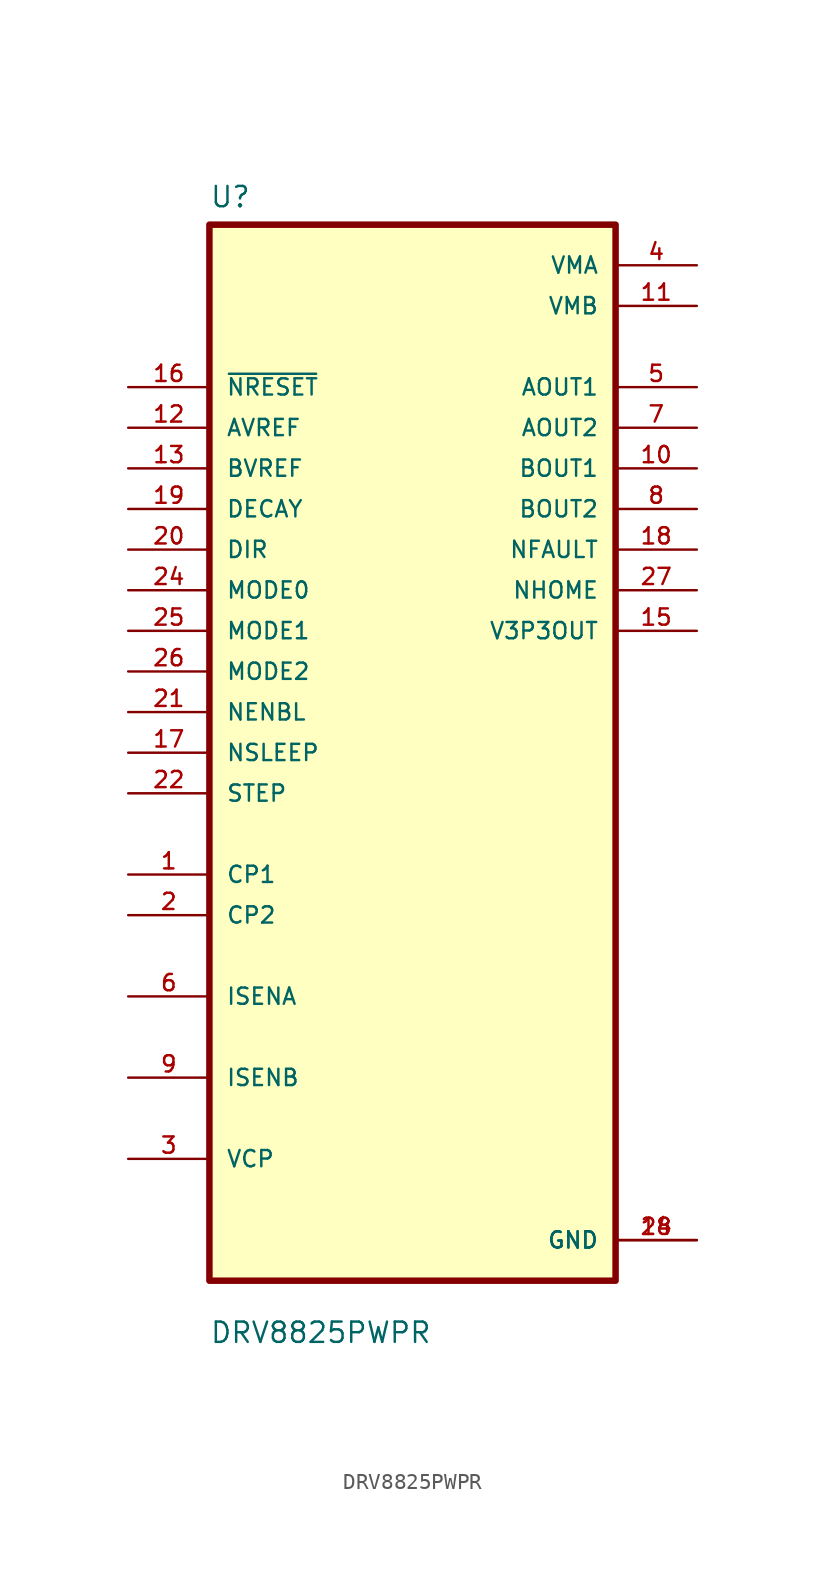
<source format=kicad_sym>
(kicad_symbol_lib
  (version 20211014)
  (generator kicad_symbol_editor)
  (symbol "DRV8825PWPR"
    (pin_names
      (offset 1.016))
    (property "Reference" "U"
      (at -12.7 34.011 0)
      (effects (font (size 1.27 1.27)) (justify left bottom)))
    (property "Value" "DRV8825PWPR"
      (at -12.7 -37.008 0)
      (effects (font (size 1.27 1.27)) (justify left bottom)))
    (property "ki_locked" ""
      (at 0 0 0)
      (effects (font (size 1.27 1.27))))
    (symbol "DRV8825PWPR_0_0"
      (rectangle (start -12.7 -33.02) (end 12.7 33.02) (stroke (width 0.406) (type default) (color 0 0 0 0)) (fill (type background)))
      (pin bidirectional line (at -17.78 -7.62 0) (length 5.08) (name "CP1" (effects (font (size 1.016 1.016)))) (number "1" (effects (font (size 1.016 1.016)))))
      (pin output line (at 17.78 17.78 180) (length 5.08) (name "BOUT1" (effects (font (size 1.016 1.016)))) (number "10" (effects (font (size 1.016 1.016)))))
      (pin power_in line (at 17.78 27.94 180) (length 5.08) (name "VMB" (effects (font (size 1.016 1.016)))) (number "11" (effects (font (size 1.016 1.016)))))
      (pin input line (at -17.78 20.32 0) (length 5.08) (name "AVREF" (effects (font (size 1.016 1.016)))) (number "12" (effects (font (size 1.016 1.016)))))
      (pin input line (at -17.78 17.78 0) (length 5.08) (name "BVREF" (effects (font (size 1.016 1.016)))) (number "13" (effects (font (size 1.016 1.016)))))
      (pin power_in line (at 17.78 -30.48 180) (length 5.08) (name "GND" (effects (font (size 1.016 1.016)))) (number "14" (effects (font (size 1.016 1.016)))))
      (pin output line (at 17.78 7.62 180) (length 5.08) (name "V3P3OUT" (effects (font (size 1.016 1.016)))) (number "15" (effects (font (size 1.016 1.016)))))
      (pin input line (at -17.78 22.86 0) (length 5.08) (name "~{NRESET}" (effects (font (size 1.016 1.016)))) (number "16" (effects (font (size 1.016 1.016)))))
      (pin input line (at -17.78 0 0) (length 5.08) (name "NSLEEP" (effects (font (size 1.016 1.016)))) (number "17" (effects (font (size 1.016 1.016)))))
      (pin output line (at 17.78 12.7 180) (length 5.08) (name "NFAULT" (effects (font (size 1.016 1.016)))) (number "18" (effects (font (size 1.016 1.016)))))
      (pin input line (at -17.78 15.24 0) (length 5.08) (name "DECAY" (effects (font (size 1.016 1.016)))) (number "19" (effects (font (size 1.016 1.016)))))
      (pin bidirectional line (at -17.78 -10.16 0) (length 5.08) (name "CP2" (effects (font (size 1.016 1.016)))) (number "2" (effects (font (size 1.016 1.016)))))
      (pin input line (at -17.78 12.7 0) (length 5.08) (name "DIR" (effects (font (size 1.016 1.016)))) (number "20" (effects (font (size 1.016 1.016)))))
      (pin input line (at -17.78 2.54 0) (length 5.08) (name "NENBL" (effects (font (size 1.016 1.016)))) (number "21" (effects (font (size 1.016 1.016)))))
      (pin input line (at -17.78 -2.54 0) (length 5.08) (name "STEP" (effects (font (size 1.016 1.016)))) (number "22" (effects (font (size 1.016 1.016)))))
      (pin input line (at -17.78 10.16 0) (length 5.08) (name "MODE0" (effects (font (size 1.016 1.016)))) (number "24" (effects (font (size 1.016 1.016)))))
      (pin input line (at -17.78 7.62 0) (length 5.08) (name "MODE1" (effects (font (size 1.016 1.016)))) (number "25" (effects (font (size 1.016 1.016)))))
      (pin input line (at -17.78 5.08 0) (length 5.08) (name "MODE2" (effects (font (size 1.016 1.016)))) (number "26" (effects (font (size 1.016 1.016)))))
      (pin output line (at 17.78 10.16 180) (length 5.08) (name "NHOME" (effects (font (size 1.016 1.016)))) (number "27" (effects (font (size 1.016 1.016)))))
      (pin power_in line (at 17.78 -30.48 180) (length 5.08) (name "GND" (effects (font (size 1.016 1.016)))) (number "28" (effects (font (size 1.016 1.016)))))
      (pin bidirectional line (at -17.78 -25.4 0) (length 5.08) (name "VCP" (effects (font (size 1.016 1.016)))) (number "3" (effects (font (size 1.016 1.016)))))
      (pin power_in line (at 17.78 30.48 180) (length 5.08) (name "VMA" (effects (font (size 1.016 1.016)))) (number "4" (effects (font (size 1.016 1.016)))))
      (pin output line (at 17.78 22.86 180) (length 5.08) (name "AOUT1" (effects (font (size 1.016 1.016)))) (number "5" (effects (font (size 1.016 1.016)))))
      (pin bidirectional line (at -17.78 -15.24 0) (length 5.08) (name "ISENA" (effects (font (size 1.016 1.016)))) (number "6" (effects (font (size 1.016 1.016)))))
      (pin output line (at 17.78 20.32 180) (length 5.08) (name "AOUT2" (effects (font (size 1.016 1.016)))) (number "7" (effects (font (size 1.016 1.016)))))
      (pin output line (at 17.78 15.24 180) (length 5.08) (name "BOUT2" (effects (font (size 1.016 1.016)))) (number "8" (effects (font (size 1.016 1.016)))))
      (pin bidirectional line (at -17.78 -20.32 0) (length 5.08) (name "ISENB" (effects (font (size 1.016 1.016)))) (number "9" (effects (font (size 1.016 1.016))))))))
</source>
